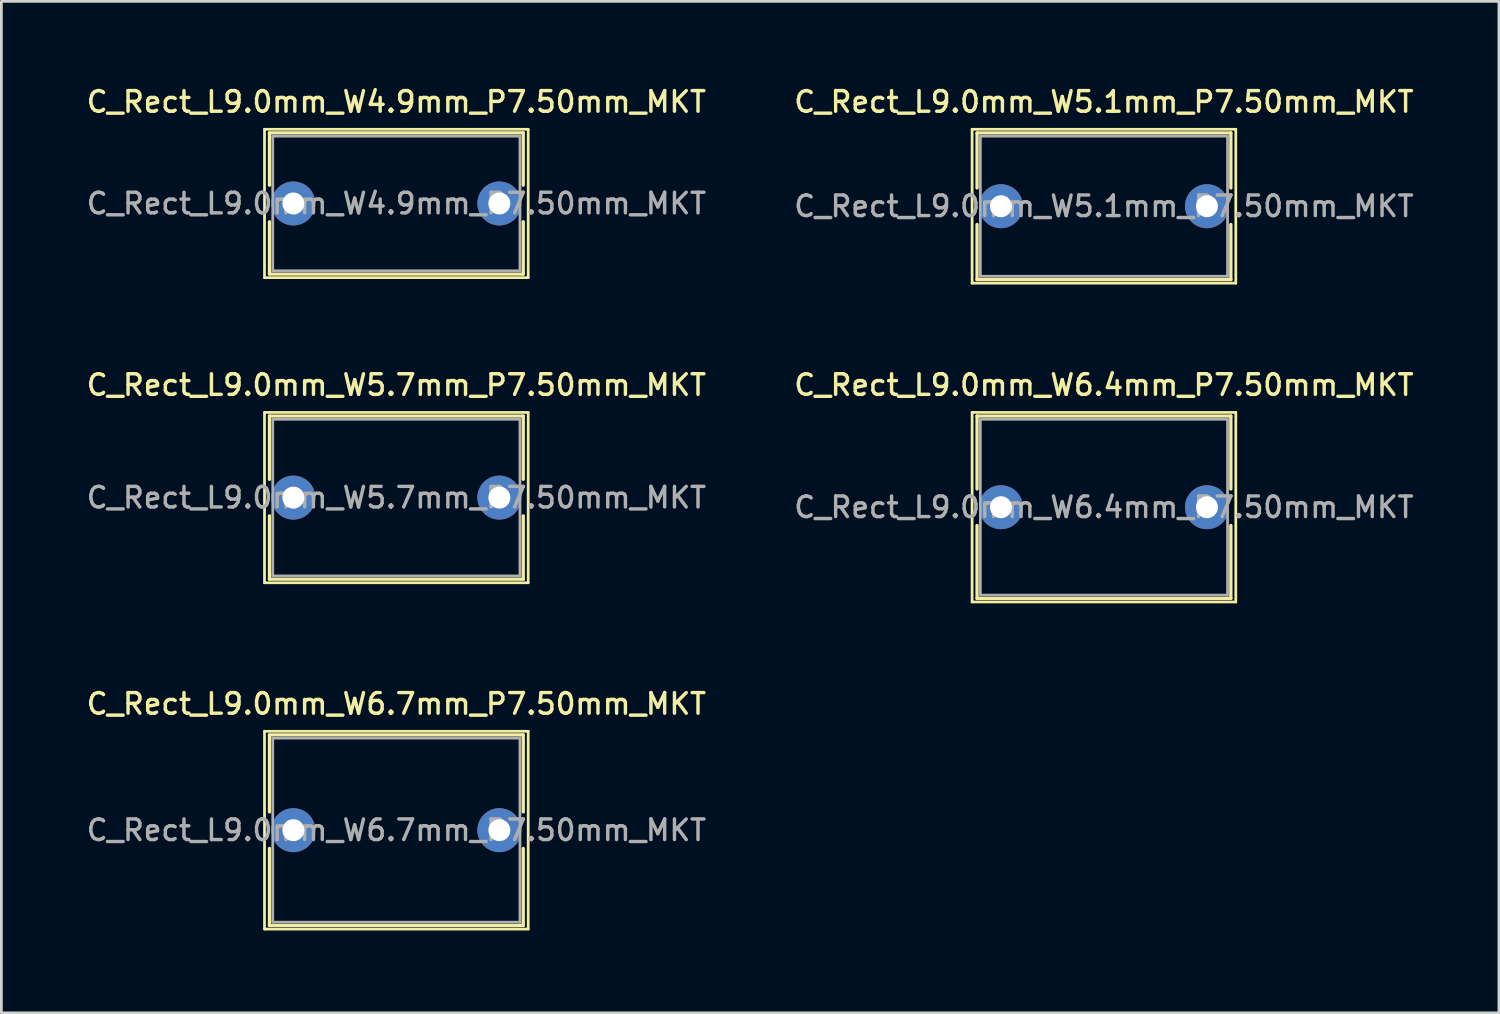
<source format=kicad_pcb>
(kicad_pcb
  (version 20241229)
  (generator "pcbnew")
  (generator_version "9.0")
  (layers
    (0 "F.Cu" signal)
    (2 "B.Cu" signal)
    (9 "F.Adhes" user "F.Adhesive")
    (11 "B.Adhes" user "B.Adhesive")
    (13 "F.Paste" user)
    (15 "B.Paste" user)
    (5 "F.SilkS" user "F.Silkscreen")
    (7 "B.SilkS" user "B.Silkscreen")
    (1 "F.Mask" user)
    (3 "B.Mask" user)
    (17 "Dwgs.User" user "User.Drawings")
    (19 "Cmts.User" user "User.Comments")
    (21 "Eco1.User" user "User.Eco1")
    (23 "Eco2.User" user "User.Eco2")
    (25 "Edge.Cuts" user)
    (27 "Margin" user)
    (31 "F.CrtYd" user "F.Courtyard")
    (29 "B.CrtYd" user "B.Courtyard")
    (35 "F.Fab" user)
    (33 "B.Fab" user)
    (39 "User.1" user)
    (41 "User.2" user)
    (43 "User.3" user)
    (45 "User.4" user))
  (footprint "C_Rect_L9.0mm_W5.1mm_P7.50mm_MKT"
    (layer "F.Cu")
    (at 33.391 4.458)
    (property "Reference" "C_Rect_L9.0mm_W5.1mm_P7.50mm_MKT" (at 3.75 -3.8 0) (layer "F.SilkS") (effects (font (size 0.75 0.75) (thickness 0.125))))
    (attr through_hole)
    (fp_line (start -1.05 -2.8) (end -1.05 2.8) (stroke (width 0.1) (type solid)) (layer "F.SilkS"))
    (fp_line (start -1.05 2.8) (end 8.55 2.8) (stroke (width 0.1) (type solid)) (layer "F.SilkS"))
    (fp_line (start -0.87 -2.67) (end -0.87 -0.665) (stroke (width 0.12) (type solid)) (layer "F.SilkS"))
    (fp_line (start -0.87 -2.67) (end 8.37 -2.67) (stroke (width 0.12) (type solid)) (layer "F.SilkS"))
    (fp_line (start -0.87 0.665) (end -0.87 2.67) (stroke (width 0.12) (type solid)) (layer "F.SilkS"))
    (fp_line (start -0.87 2.67) (end 8.37 2.67) (stroke (width 0.12) (type solid)) (layer "F.SilkS"))
    (fp_line (start 8.37 -2.67) (end 8.37 -0.665) (stroke (width 0.12) (type solid)) (layer "F.SilkS"))
    (fp_line (start 8.37 0.665) (end 8.37 2.67) (stroke (width 0.12) (type solid)) (layer "F.SilkS"))
    (fp_line (start 8.55 -2.8) (end -1.05 -2.8) (stroke (width 0.1) (type solid)) (layer "F.SilkS"))
    (fp_line (start 8.55 2.8) (end 8.55 -2.8) (stroke (width 0.1) (type solid)) (layer "F.SilkS"))
    (fp_line (start -0.75 -2.55) (end -0.75 2.55) (stroke (width 0.1) (type solid)) (layer "F.Fab"))
    (fp_line (start -0.75 2.55) (end 8.25 2.55) (stroke (width 0.1) (type solid)) (layer "F.Fab"))
    (fp_line (start 8.25 -2.55) (end -0.75 -2.55) (stroke (width 0.1) (type solid)) (layer "F.Fab"))
    (fp_line (start 8.25 2.55) (end 8.25 -2.55) (stroke (width 0.1) (type solid)) (layer "F.Fab"))
    (fp_text user "${REFERENCE}" (at 3.75 0 0) (layer "F.Fab") (effects (font (size 0.75 0.75) (thickness 0.125))))
    (pad "1" thru_hole circle (at 0 0) (size 1.6 1.6) (drill 0.8) (layers "*.Cu" "*.Mask"))
    (pad "2" thru_hole circle (at 7.5 0) (size 1.6 1.6) (drill 0.8) (layers "*.Cu" "*.Mask")))
  (footprint "C_Rect_L9.0mm_W4.9mm_P7.50mm_MKT"
    (layer "F.Cu")
    (at 7.63 4.358)
    (property "Reference" "C_Rect_L9.0mm_W4.9mm_P7.50mm_MKT" (at 3.75 -3.7 0) (layer "F.SilkS") (effects (font (size 0.75 0.75) (thickness 0.125))))
    (attr through_hole)
    (fp_line (start -1.05 -2.7) (end -1.05 2.7) (stroke (width 0.1) (type solid)) (layer "F.SilkS"))
    (fp_line (start -1.05 2.7) (end 8.55 2.7) (stroke (width 0.1) (type solid)) (layer "F.SilkS"))
    (fp_line (start -0.87 -2.571) (end -0.87 -0.665) (stroke (width 0.12) (type solid)) (layer "F.SilkS"))
    (fp_line (start -0.87 -2.571) (end 8.37 -2.571) (stroke (width 0.12) (type solid)) (layer "F.SilkS"))
    (fp_line (start -0.87 0.665) (end -0.87 2.571) (stroke (width 0.12) (type solid)) (layer "F.SilkS"))
    (fp_line (start -0.87 2.571) (end 8.37 2.571) (stroke (width 0.12) (type solid)) (layer "F.SilkS"))
    (fp_line (start 8.37 -2.571) (end 8.37 -0.665) (stroke (width 0.12) (type solid)) (layer "F.SilkS"))
    (fp_line (start 8.37 0.665) (end 8.37 2.571) (stroke (width 0.12) (type solid)) (layer "F.SilkS"))
    (fp_line (start 8.55 -2.7) (end -1.05 -2.7) (stroke (width 0.1) (type solid)) (layer "F.SilkS"))
    (fp_line (start 8.55 2.7) (end 8.55 -2.7) (stroke (width 0.1) (type solid)) (layer "F.SilkS"))
    (fp_line (start -0.75 -2.45) (end -0.75 2.45) (stroke (width 0.1) (type solid)) (layer "F.Fab"))
    (fp_line (start -0.75 2.45) (end 8.25 2.45) (stroke (width 0.1) (type solid)) (layer "F.Fab"))
    (fp_line (start 8.25 -2.45) (end -0.75 -2.45) (stroke (width 0.1) (type solid)) (layer "F.Fab"))
    (fp_line (start 8.25 2.45) (end 8.25 -2.45) (stroke (width 0.1) (type solid)) (layer "F.Fab"))
    (fp_text user "${REFERENCE}" (at 3.75 0 0) (layer "F.Fab") (effects (font (size 0.75 0.75) (thickness 0.125))))
    (pad "1" thru_hole circle (at 0 0) (size 1.6 1.6) (drill 0.8) (layers "*.Cu" "*.Mask"))
    (pad "2" thru_hole circle (at 7.5 0) (size 1.6 1.6) (drill 0.8) (layers "*.Cu" "*.Mask")))
  (footprint "C_Rect_L9.0mm_W6.4mm_P7.50mm_MKT"
    (layer "F.Cu")
    (at 33.391 15.416)
    (property "Reference" "C_Rect_L9.0mm_W6.4mm_P7.50mm_MKT" (at 3.75 -4.45 0) (layer "F.SilkS") (effects (font (size 0.75 0.75) (thickness 0.125))))
    (attr through_hole)
    (fp_line (start -1.05 -3.45) (end -1.05 3.45) (stroke (width 0.1) (type solid)) (layer "F.SilkS"))
    (fp_line (start -1.05 3.45) (end 8.55 3.45) (stroke (width 0.1) (type solid)) (layer "F.SilkS"))
    (fp_line (start -0.87 -3.32) (end -0.87 -0.665) (stroke (width 0.12) (type solid)) (layer "F.SilkS"))
    (fp_line (start -0.87 -3.32) (end 8.37 -3.32) (stroke (width 0.12) (type solid)) (layer "F.SilkS"))
    (fp_line (start -0.87 0.665) (end -0.87 3.32) (stroke (width 0.12) (type solid)) (layer "F.SilkS"))
    (fp_line (start -0.87 3.32) (end 8.37 3.32) (stroke (width 0.12) (type solid)) (layer "F.SilkS"))
    (fp_line (start 8.37 -3.32) (end 8.37 -0.665) (stroke (width 0.12) (type solid)) (layer "F.SilkS"))
    (fp_line (start 8.37 0.665) (end 8.37 3.32) (stroke (width 0.12) (type solid)) (layer "F.SilkS"))
    (fp_line (start 8.55 -3.45) (end -1.05 -3.45) (stroke (width 0.1) (type solid)) (layer "F.SilkS"))
    (fp_line (start 8.55 3.45) (end 8.55 -3.45) (stroke (width 0.1) (type solid)) (layer "F.SilkS"))
    (fp_line (start -0.75 -3.2) (end -0.75 3.2) (stroke (width 0.1) (type solid)) (layer "F.Fab"))
    (fp_line (start -0.75 3.2) (end 8.25 3.2) (stroke (width 0.1) (type solid)) (layer "F.Fab"))
    (fp_line (start 8.25 -3.2) (end -0.75 -3.2) (stroke (width 0.1) (type solid)) (layer "F.Fab"))
    (fp_line (start 8.25 3.2) (end 8.25 -3.2) (stroke (width 0.1) (type solid)) (layer "F.Fab"))
    (fp_text user "${REFERENCE}" (at 3.75 0 0) (layer "F.Fab") (effects (font (size 0.75 0.75) (thickness 0.125))))
    (pad "1" thru_hole circle (at 0 0) (size 1.6 1.6) (drill 0.8) (layers "*.Cu" "*.Mask"))
    (pad "2" thru_hole circle (at 7.5 0) (size 1.6 1.6) (drill 0.8) (layers "*.Cu" "*.Mask")))
  (footprint "C_Rect_L9.0mm_W6.7mm_P7.50mm_MKT"
    (layer "F.Cu")
    (at 7.63 27.174)
    (property "Reference" "C_Rect_L9.0mm_W6.7mm_P7.50mm_MKT" (at 3.75 -4.6 0) (layer "F.SilkS") (effects (font (size 0.75 0.75) (thickness 0.125))))
    (attr through_hole)
    (fp_line (start -1.05 -3.6) (end -1.05 3.6) (stroke (width 0.1) (type solid)) (layer "F.SilkS"))
    (fp_line (start -1.05 3.6) (end 8.55 3.6) (stroke (width 0.1) (type solid)) (layer "F.SilkS"))
    (fp_line (start -0.87 -3.47) (end -0.87 -0.665) (stroke (width 0.12) (type solid)) (layer "F.SilkS"))
    (fp_line (start -0.87 -3.47) (end 8.37 -3.47) (stroke (width 0.12) (type solid)) (layer "F.SilkS"))
    (fp_line (start -0.87 0.665) (end -0.87 3.47) (stroke (width 0.12) (type solid)) (layer "F.SilkS"))
    (fp_line (start -0.87 3.47) (end 8.37 3.47) (stroke (width 0.12) (type solid)) (layer "F.SilkS"))
    (fp_line (start 8.37 -3.47) (end 8.37 -0.665) (stroke (width 0.12) (type solid)) (layer "F.SilkS"))
    (fp_line (start 8.37 0.665) (end 8.37 3.47) (stroke (width 0.12) (type solid)) (layer "F.SilkS"))
    (fp_line (start 8.55 -3.6) (end -1.05 -3.6) (stroke (width 0.1) (type solid)) (layer "F.SilkS"))
    (fp_line (start 8.55 3.6) (end 8.55 -3.6) (stroke (width 0.1) (type solid)) (layer "F.SilkS"))
    (fp_line (start -0.75 -3.35) (end -0.75 3.35) (stroke (width 0.1) (type solid)) (layer "F.Fab"))
    (fp_line (start -0.75 3.35) (end 8.25 3.35) (stroke (width 0.1) (type solid)) (layer "F.Fab"))
    (fp_line (start 8.25 -3.35) (end -0.75 -3.35) (stroke (width 0.1) (type solid)) (layer "F.Fab"))
    (fp_line (start 8.25 3.35) (end 8.25 -3.35) (stroke (width 0.1) (type solid)) (layer "F.Fab"))
    (fp_text user "${REFERENCE}" (at 3.75 0 0) (layer "F.Fab") (effects (font (size 0.75 0.75) (thickness 0.125))))
    (pad "1" thru_hole circle (at 0 0) (size 1.6 1.6) (drill 0.8) (layers "*.Cu" "*.Mask"))
    (pad "2" thru_hole circle (at 7.5 0) (size 1.6 1.6) (drill 0.8) (layers "*.Cu" "*.Mask")))
  (footprint "C_Rect_L9.0mm_W5.7mm_P7.50mm_MKT"
    (layer "F.Cu")
    (at 7.63 15.066)
    (property "Reference" "C_Rect_L9.0mm_W5.7mm_P7.50mm_MKT" (at 3.75 -4.1 0) (layer "F.SilkS") (effects (font (size 0.75 0.75) (thickness 0.125))))
    (attr through_hole)
    (fp_line (start -1.05 -3.1) (end -1.05 3.1) (stroke (width 0.1) (type solid)) (layer "F.SilkS"))
    (fp_line (start -1.05 3.1) (end 8.55 3.1) (stroke (width 0.1) (type solid)) (layer "F.SilkS"))
    (fp_line (start -0.87 -2.97) (end -0.87 -0.665) (stroke (width 0.12) (type solid)) (layer "F.SilkS"))
    (fp_line (start -0.87 -2.97) (end 8.37 -2.97) (stroke (width 0.12) (type solid)) (layer "F.SilkS"))
    (fp_line (start -0.87 0.665) (end -0.87 2.97) (stroke (width 0.12) (type solid)) (layer "F.SilkS"))
    (fp_line (start -0.87 2.97) (end 8.37 2.97) (stroke (width 0.12) (type solid)) (layer "F.SilkS"))
    (fp_line (start 8.37 -2.97) (end 8.37 -0.665) (stroke (width 0.12) (type solid)) (layer "F.SilkS"))
    (fp_line (start 8.37 0.665) (end 8.37 2.97) (stroke (width 0.12) (type solid)) (layer "F.SilkS"))
    (fp_line (start 8.55 -3.1) (end -1.05 -3.1) (stroke (width 0.1) (type solid)) (layer "F.SilkS"))
    (fp_line (start 8.55 3.1) (end 8.55 -3.1) (stroke (width 0.1) (type solid)) (layer "F.SilkS"))
    (fp_line (start -0.75 -2.85) (end -0.75 2.85) (stroke (width 0.1) (type solid)) (layer "F.Fab"))
    (fp_line (start -0.75 2.85) (end 8.25 2.85) (stroke (width 0.1) (type solid)) (layer "F.Fab"))
    (fp_line (start 8.25 -2.85) (end -0.75 -2.85) (stroke (width 0.1) (type solid)) (layer "F.Fab"))
    (fp_line (start 8.25 2.85) (end 8.25 -2.85) (stroke (width 0.1) (type solid)) (layer "F.Fab"))
    (fp_text user "${REFERENCE}" (at 3.75 0 0) (layer "F.Fab") (effects (font (size 0.75 0.75) (thickness 0.125))))
    (pad "1" thru_hole circle (at 0 0) (size 1.6 1.6) (drill 0.8) (layers "*.Cu" "*.Mask"))
    (pad "2" thru_hole circle (at 7.5 0) (size 1.6 1.6) (drill 0.8) (layers "*.Cu" "*.Mask")))
  (gr_rect
    (start -3 -3)
    (end 51.521 33.824)
    (stroke (width 0.1) (type default))
    (fill no)
    (layer "Edge.Cuts")))
</source>
